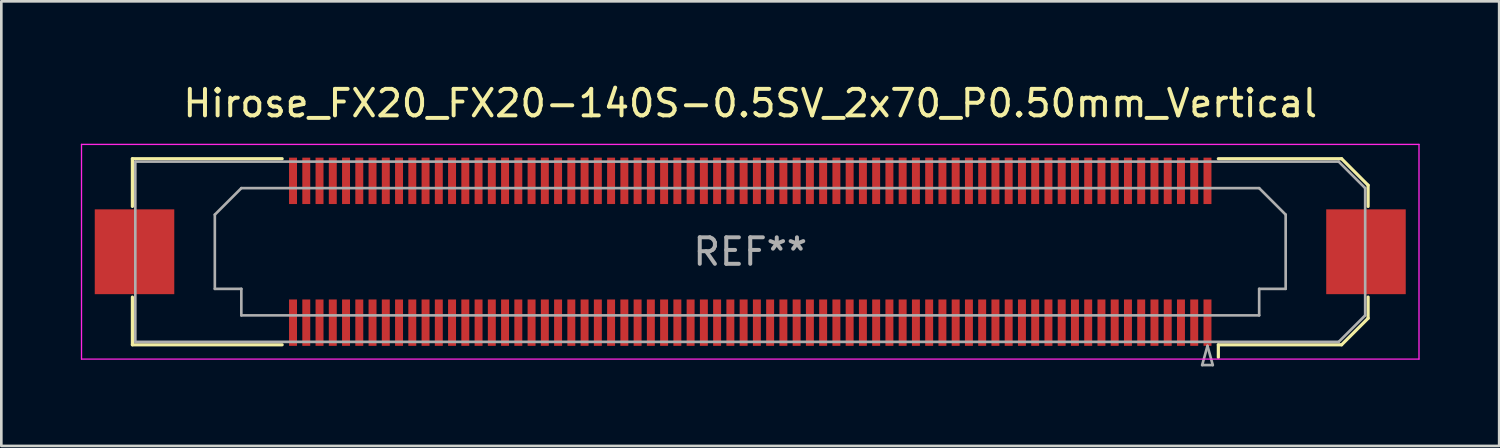
<source format=kicad_pcb>
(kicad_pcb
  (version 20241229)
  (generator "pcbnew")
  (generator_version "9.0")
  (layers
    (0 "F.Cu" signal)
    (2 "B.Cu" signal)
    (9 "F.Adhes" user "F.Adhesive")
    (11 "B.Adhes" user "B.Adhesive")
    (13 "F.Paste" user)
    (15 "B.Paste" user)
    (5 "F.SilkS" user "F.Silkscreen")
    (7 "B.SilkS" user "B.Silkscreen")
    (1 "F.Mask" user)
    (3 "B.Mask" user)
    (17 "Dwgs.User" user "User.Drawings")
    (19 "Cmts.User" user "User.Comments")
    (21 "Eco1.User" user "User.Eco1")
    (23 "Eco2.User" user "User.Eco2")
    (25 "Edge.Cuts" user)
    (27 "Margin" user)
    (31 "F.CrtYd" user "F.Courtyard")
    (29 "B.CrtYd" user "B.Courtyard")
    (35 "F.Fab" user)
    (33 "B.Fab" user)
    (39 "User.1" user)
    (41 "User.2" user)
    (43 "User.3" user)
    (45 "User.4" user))
  (footprint "Hirose_FX20_FX20-140S-0.5SV_2x70_P0.50mm_Vertical"
    (layer "F.Cu")
    (at 25.255 6.448)
    (property "Reference" "Hirose_FX20_FX20-140S-0.5SV_2x70_P0.50mm_Vertical" (at 0 -5.6 0) (layer "F.SilkS") (effects (font (size 1 1) (thickness 0.15))))
    (attr smd)
    (fp_line (start -23.31 -3.51) (end -17.66 -3.51) (stroke (width 0.12) (type solid)) (layer "F.SilkS"))
    (fp_line (start -23.31 -1.71) (end -23.31 -3.51) (stroke (width 0.12) (type solid)) (layer "F.SilkS"))
    (fp_line (start -23.31 3.51) (end -23.31 1.71) (stroke (width 0.12) (type solid)) (layer "F.SilkS"))
    (fp_line (start -17.66 3.51) (end -23.31 3.51) (stroke (width 0.12) (type solid)) (layer "F.SilkS"))
    (fp_line (start 17.66 3.51) (end 22.31 3.51) (stroke (width 0.12) (type solid)) (layer "F.SilkS"))
    (fp_line (start 17.66 3.983) (end 17.66 3.51) (stroke (width 0.12) (type solid)) (layer "F.SilkS"))
    (fp_line (start 22.31 -3.51) (end 17.66 -3.51) (stroke (width 0.12) (type solid)) (layer "F.SilkS"))
    (fp_line (start 22.31 3.51) (end 23.31 2.51) (stroke (width 0.12) (type solid)) (layer "F.SilkS"))
    (fp_line (start 23.31 -2.51) (end 22.31 -3.51) (stroke (width 0.12) (type solid)) (layer "F.SilkS"))
    (fp_line (start 23.31 -1.71) (end 23.31 -2.51) (stroke (width 0.12) (type solid)) (layer "F.SilkS"))
    (fp_line (start 23.31 2.51) (end 23.31 1.71) (stroke (width 0.12) (type solid)) (layer "F.SilkS"))
    (fp_line (start -25.23 -4.05) (end -25.23 4.05) (stroke (width 0.05) (type solid)) (layer "F.CrtYd"))
    (fp_line (start -25.23 4.05) (end 25.23 4.05) (stroke (width 0.05) (type solid)) (layer "F.CrtYd"))
    (fp_line (start 25.23 -4.05) (end -25.23 -4.05) (stroke (width 0.05) (type solid)) (layer "F.CrtYd"))
    (fp_line (start 25.23 4.05) (end 25.23 -4.05) (stroke (width 0.05) (type solid)) (layer "F.CrtYd"))
    (fp_line (start -23.2 -3.4) (end 22.2 -3.4) (stroke (width 0.1) (type solid)) (layer "F.Fab"))
    (fp_line (start -23.2 3.4) (end -23.2 -3.4) (stroke (width 0.1) (type solid)) (layer "F.Fab"))
    (fp_line (start -20.2 -1.4) (end -19.2 -2.4) (stroke (width 0.1) (type solid)) (layer "F.Fab"))
    (fp_line (start -20.2 1.4) (end -20.2 -1.4) (stroke (width 0.1) (type solid)) (layer "F.Fab"))
    (fp_line (start -19.2 -2.4) (end 19.2 -2.4) (stroke (width 0.1) (type solid)) (layer "F.Fab"))
    (fp_line (start -19.2 1.4) (end -20.2 1.4) (stroke (width 0.1) (type solid)) (layer "F.Fab"))
    (fp_line (start -19.2 2.4) (end -19.2 1.4) (stroke (width 0.1) (type solid)) (layer "F.Fab"))
    (fp_line (start 17.05 4.275) (end 17.45 4.275) (stroke (width 0.1) (type solid)) (layer "F.Fab"))
    (fp_line (start 17.25 3.55) (end 17.05 4.275) (stroke (width 0.1) (type solid)) (layer "F.Fab"))
    (fp_line (start 17.45 4.275) (end 17.25 3.55) (stroke (width 0.1) (type solid)) (layer "F.Fab"))
    (fp_line (start 19.2 -2.4) (end 20.2 -1.4) (stroke (width 0.1) (type solid)) (layer "F.Fab"))
    (fp_line (start 19.2 1.4) (end 19.2 2.4) (stroke (width 0.1) (type solid)) (layer "F.Fab"))
    (fp_line (start 19.2 2.4) (end -19.2 2.4) (stroke (width 0.1) (type solid)) (layer "F.Fab"))
    (fp_line (start 20.2 -1.4) (end 20.2 1.4) (stroke (width 0.1) (type solid)) (layer "F.Fab"))
    (fp_line (start 20.2 1.4) (end 19.2 1.4) (stroke (width 0.1) (type solid)) (layer "F.Fab"))
    (fp_line (start 22.2 -3.4) (end 23.2 -2.4) (stroke (width 0.1) (type solid)) (layer "F.Fab"))
    (fp_line (start 22.2 3.4) (end -23.2 3.4) (stroke (width 0.1) (type solid)) (layer "F.Fab"))
    (fp_line (start 23.2 -2.4) (end 23.2 2.4) (stroke (width 0.1) (type solid)) (layer "F.Fab"))
    (fp_line (start 23.2 2.4) (end 22.2 3.4) (stroke (width 0.1) (type solid)) (layer "F.Fab"))
    (fp_text user "REF**" (at 0 0 0) (layer "F.Fab") (effects (font (size 1 1) (thickness 0.15))))
    (pad "" smd rect (at -23.23 0) (size 2.98 3.18) (layers "F.Paste"))
    (pad "" smd rect (at -23.23 0) (size 3 3.2) (layers "F.Cu" "F.Mask"))
    (pad "" smd rect (at -17.25 -2.875) (size 0.28 1.35) (layers "F.Paste"))
    (pad "" smd rect (at -17.25 2.875) (size 0.28 1.35) (layers "F.Paste"))
    (pad "" smd rect (at -16.75 -2.875) (size 0.28 1.35) (layers "F.Paste"))
    (pad "" smd rect (at -16.75 2.875) (size 0.28 1.35) (layers "F.Paste"))
    (pad "" smd rect (at -16.25 -2.875) (size 0.28 1.35) (layers "F.Paste"))
    (pad "" smd rect (at -16.25 2.875) (size 0.28 1.35) (layers "F.Paste"))
    (pad "" smd rect (at -15.75 -2.875) (size 0.28 1.35) (layers "F.Paste"))
    (pad "" smd rect (at -15.75 2.875) (size 0.28 1.35) (layers "F.Paste"))
    (pad "" smd rect (at -15.25 -2.875) (size 0.28 1.35) (layers "F.Paste"))
    (pad "" smd rect (at -15.25 2.875) (size 0.28 1.35) (layers "F.Paste"))
    (pad "" smd rect (at -14.75 -2.875) (size 0.28 1.35) (layers "F.Paste"))
    (pad "" smd rect (at -14.75 2.875) (size 0.28 1.35) (layers "F.Paste"))
    (pad "" smd rect (at -14.25 -2.875) (size 0.28 1.35) (layers "F.Paste"))
    (pad "" smd rect (at -14.25 2.875) (size 0.28 1.35) (layers "F.Paste"))
    (pad "" smd rect (at -13.75 -2.875) (size 0.28 1.35) (layers "F.Paste"))
    (pad "" smd rect (at -13.75 2.875) (size 0.28 1.35) (layers "F.Paste"))
    (pad "" smd rect (at -13.25 -2.875) (size 0.28 1.35) (layers "F.Paste"))
    (pad "" smd rect (at -13.25 2.875) (size 0.28 1.35) (layers "F.Paste"))
    (pad "" smd rect (at -12.75 -2.875) (size 0.28 1.35) (layers "F.Paste"))
    (pad "" smd rect (at -12.75 2.875) (size 0.28 1.35) (layers "F.Paste"))
    (pad "" smd rect (at -12.25 -2.875) (size 0.28 1.35) (layers "F.Paste"))
    (pad "" smd rect (at -12.25 2.875) (size 0.28 1.35) (layers "F.Paste"))
    (pad "" smd rect (at -11.75 -2.875) (size 0.28 1.35) (layers "F.Paste"))
    (pad "" smd rect (at -11.75 2.875) (size 0.28 1.35) (layers "F.Paste"))
    (pad "" smd rect (at -11.25 -2.875) (size 0.28 1.35) (layers "F.Paste"))
    (pad "" smd rect (at -11.25 2.875) (size 0.28 1.35) (layers "F.Paste"))
    (pad "" smd rect (at -10.75 -2.875) (size 0.28 1.35) (layers "F.Paste"))
    (pad "" smd rect (at -10.75 2.875) (size 0.28 1.35) (layers "F.Paste"))
    (pad "" smd rect (at -10.25 -2.875) (size 0.28 1.35) (layers "F.Paste"))
    (pad "" smd rect (at -10.25 2.875) (size 0.28 1.35) (layers "F.Paste"))
    (pad "" smd rect (at -9.75 -2.875) (size 0.28 1.35) (layers "F.Paste"))
    (pad "" smd rect (at -9.75 2.875) (size 0.28 1.35) (layers "F.Paste"))
    (pad "" smd rect (at -9.25 -2.875) (size 0.28 1.35) (layers "F.Paste"))
    (pad "" smd rect (at -9.25 2.875) (size 0.28 1.35) (layers "F.Paste"))
    (pad "" smd rect (at -8.75 -2.875) (size 0.28 1.35) (layers "F.Paste"))
    (pad "" smd rect (at -8.75 2.875) (size 0.28 1.35) (layers "F.Paste"))
    (pad "" smd rect (at -8.25 -2.875) (size 0.28 1.35) (layers "F.Paste"))
    (pad "" smd rect (at -8.25 2.875) (size 0.28 1.35) (layers "F.Paste"))
    (pad "" smd rect (at -7.75 -2.875) (size 0.28 1.35) (layers "F.Paste"))
    (pad "" smd rect (at -7.75 2.875) (size 0.28 1.35) (layers "F.Paste"))
    (pad "" smd rect (at -7.25 -2.875) (size 0.28 1.35) (layers "F.Paste"))
    (pad "" smd rect (at -7.25 2.875) (size 0.28 1.35) (layers "F.Paste"))
    (pad "" smd rect (at -6.75 -2.875) (size 0.28 1.35) (layers "F.Paste"))
    (pad "" smd rect (at -6.75 2.875) (size 0.28 1.35) (layers "F.Paste"))
    (pad "" smd rect (at -6.25 -2.875) (size 0.28 1.35) (layers "F.Paste"))
    (pad "" smd rect (at -6.25 2.875) (size 0.28 1.35) (layers "F.Paste"))
    (pad "" smd rect (at -5.75 -2.875) (size 0.28 1.35) (layers "F.Paste"))
    (pad "" smd rect (at -5.75 2.875) (size 0.28 1.35) (layers "F.Paste"))
    (pad "" smd rect (at -5.25 -2.875) (size 0.28 1.35) (layers "F.Paste"))
    (pad "" smd rect (at -5.25 2.875) (size 0.28 1.35) (layers "F.Paste"))
    (pad "" smd rect (at -4.75 -2.875) (size 0.28 1.35) (layers "F.Paste"))
    (pad "" smd rect (at -4.75 2.875) (size 0.28 1.35) (layers "F.Paste"))
    (pad "" smd rect (at -4.25 -2.875) (size 0.28 1.35) (layers "F.Paste"))
    (pad "" smd rect (at -4.25 2.875) (size 0.28 1.35) (layers "F.Paste"))
    (pad "" smd rect (at -3.75 -2.875) (size 0.28 1.35) (layers "F.Paste"))
    (pad "" smd rect (at -3.75 2.875) (size 0.28 1.35) (layers "F.Paste"))
    (pad "" smd rect (at -3.25 -2.875) (size 0.28 1.35) (layers "F.Paste"))
    (pad "" smd rect (at -3.25 2.875) (size 0.28 1.35) (layers "F.Paste"))
    (pad "" smd rect (at -2.75 -2.875) (size 0.28 1.35) (layers "F.Paste"))
    (pad "" smd rect (at -2.75 2.875) (size 0.28 1.35) (layers "F.Paste"))
    (pad "" smd rect (at -2.25 -2.875) (size 0.28 1.35) (layers "F.Paste"))
    (pad "" smd rect (at -2.25 2.875) (size 0.28 1.35) (layers "F.Paste"))
    (pad "" smd rect (at -1.75 -2.875) (size 0.28 1.35) (layers "F.Paste"))
    (pad "" smd rect (at -1.75 2.875) (size 0.28 1.35) (layers "F.Paste"))
    (pad "" smd rect (at -1.25 -2.875) (size 0.28 1.35) (layers "F.Paste"))
    (pad "" smd rect (at -1.25 2.875) (size 0.28 1.35) (layers "F.Paste"))
    (pad "" smd rect (at -0.75 -2.875) (size 0.28 1.35) (layers "F.Paste"))
    (pad "" smd rect (at -0.75 2.875) (size 0.28 1.35) (layers "F.Paste"))
    (pad "" smd rect (at -0.25 -2.875) (size 0.28 1.35) (layers "F.Paste"))
    (pad "" smd rect (at -0.25 2.875) (size 0.28 1.35) (layers "F.Paste"))
    (pad "" smd rect (at 0.25 -2.875) (size 0.28 1.35) (layers "F.Paste"))
    (pad "" smd rect (at 0.25 2.875) (size 0.28 1.35) (layers "F.Paste"))
    (pad "" smd rect (at 0.75 -2.875) (size 0.28 1.35) (layers "F.Paste"))
    (pad "" smd rect (at 0.75 2.875) (size 0.28 1.35) (layers "F.Paste"))
    (pad "" smd rect (at 1.25 -2.875) (size 0.28 1.35) (layers "F.Paste"))
    (pad "" smd rect (at 1.25 2.875) (size 0.28 1.35) (layers "F.Paste"))
    (pad "" smd rect (at 1.75 -2.875) (size 0.28 1.35) (layers "F.Paste"))
    (pad "" smd rect (at 1.75 2.875) (size 0.28 1.35) (layers "F.Paste"))
    (pad "" smd rect (at 2.25 -2.875) (size 0.28 1.35) (layers "F.Paste"))
    (pad "" smd rect (at 2.25 2.875) (size 0.28 1.35) (layers "F.Paste"))
    (pad "" smd rect (at 2.75 -2.875) (size 0.28 1.35) (layers "F.Paste"))
    (pad "" smd rect (at 2.75 2.875) (size 0.28 1.35) (layers "F.Paste"))
    (pad "" smd rect (at 3.25 -2.875) (size 0.28 1.35) (layers "F.Paste"))
    (pad "" smd rect (at 3.25 2.875) (size 0.28 1.35) (layers "F.Paste"))
    (pad "" smd rect (at 3.75 -2.875) (size 0.28 1.35) (layers "F.Paste"))
    (pad "" smd rect (at 3.75 2.875) (size 0.28 1.35) (layers "F.Paste"))
    (pad "" smd rect (at 4.25 -2.875) (size 0.28 1.35) (layers "F.Paste"))
    (pad "" smd rect (at 4.25 2.875) (size 0.28 1.35) (layers "F.Paste"))
    (pad "" smd rect (at 4.75 -2.875) (size 0.28 1.35) (layers "F.Paste"))
    (pad "" smd rect (at 4.75 2.875) (size 0.28 1.35) (layers "F.Paste"))
    (pad "" smd rect (at 5.25 -2.875) (size 0.28 1.35) (layers "F.Paste"))
    (pad "" smd rect (at 5.25 2.875) (size 0.28 1.35) (layers "F.Paste"))
    (pad "" smd rect (at 5.75 -2.875) (size 0.28 1.35) (layers "F.Paste"))
    (pad "" smd rect (at 5.75 2.875) (size 0.28 1.35) (layers "F.Paste"))
    (pad "" smd rect (at 6.25 -2.875) (size 0.28 1.35) (layers "F.Paste"))
    (pad "" smd rect (at 6.25 2.875) (size 0.28 1.35) (layers "F.Paste"))
    (pad "" smd rect (at 6.75 -2.875) (size 0.28 1.35) (layers "F.Paste"))
    (pad "" smd rect (at 6.75 2.875) (size 0.28 1.35) (layers "F.Paste"))
    (pad "" smd rect (at 7.25 -2.875) (size 0.28 1.35) (layers "F.Paste"))
    (pad "" smd rect (at 7.25 2.875) (size 0.28 1.35) (layers "F.Paste"))
    (pad "" smd rect (at 7.75 -2.875) (size 0.28 1.35) (layers "F.Paste"))
    (pad "" smd rect (at 7.75 2.875) (size 0.28 1.35) (layers "F.Paste"))
    (pad "" smd rect (at 8.25 -2.875) (size 0.28 1.35) (layers "F.Paste"))
    (pad "" smd rect (at 8.25 2.875) (size 0.28 1.35) (layers "F.Paste"))
    (pad "" smd rect (at 8.75 -2.875) (size 0.28 1.35) (layers "F.Paste"))
    (pad "" smd rect (at 8.75 2.875) (size 0.28 1.35) (layers "F.Paste"))
    (pad "" smd rect (at 9.25 -2.875) (size 0.28 1.35) (layers "F.Paste"))
    (pad "" smd rect (at 9.25 2.875) (size 0.28 1.35) (layers "F.Paste"))
    (pad "" smd rect (at 9.75 -2.875) (size 0.28 1.35) (layers "F.Paste"))
    (pad "" smd rect (at 9.75 2.875) (size 0.28 1.35) (layers "F.Paste"))
    (pad "" smd rect (at 10.25 -2.875) (size 0.28 1.35) (layers "F.Paste"))
    (pad "" smd rect (at 10.25 2.875) (size 0.28 1.35) (layers "F.Paste"))
    (pad "" smd rect (at 10.75 -2.875) (size 0.28 1.35) (layers "F.Paste"))
    (pad "" smd rect (at 10.75 2.875) (size 0.28 1.35) (layers "F.Paste"))
    (pad "" smd rect (at 11.25 -2.875) (size 0.28 1.35) (layers "F.Paste"))
    (pad "" smd rect (at 11.25 2.875) (size 0.28 1.35) (layers "F.Paste"))
    (pad "" smd rect (at 11.75 -2.875) (size 0.28 1.35) (layers "F.Paste"))
    (pad "" smd rect (at 11.75 2.875) (size 0.28 1.35) (layers "F.Paste"))
    (pad "" smd rect (at 12.25 -2.875) (size 0.28 1.35) (layers "F.Paste"))
    (pad "" smd rect (at 12.25 2.875) (size 0.28 1.35) (layers "F.Paste"))
    (pad "" smd rect (at 12.75 -2.875) (size 0.28 1.35) (layers "F.Paste"))
    (pad "" smd rect (at 12.75 2.875) (size 0.28 1.35) (layers "F.Paste"))
    (pad "" smd rect (at 13.25 -2.875) (size 0.28 1.35) (layers "F.Paste"))
    (pad "" smd rect (at 13.25 2.875) (size 0.28 1.35) (layers "F.Paste"))
    (pad "" smd rect (at 13.75 -2.875) (size 0.28 1.35) (layers "F.Paste"))
    (pad "" smd rect (at 13.75 2.875) (size 0.28 1.35) (layers "F.Paste"))
    (pad "" smd rect (at 14.25 -2.875) (size 0.28 1.35) (layers "F.Paste"))
    (pad "" smd rect (at 14.25 2.875) (size 0.28 1.35) (layers "F.Paste"))
    (pad "" smd rect (at 14.75 -2.875) (size 0.28 1.35) (layers "F.Paste"))
    (pad "" smd rect (at 14.75 2.875) (size 0.28 1.35) (layers "F.Paste"))
    (pad "" smd rect (at 15.25 -2.875) (size 0.28 1.35) (layers "F.Paste"))
    (pad "" smd rect (at 15.25 2.875) (size 0.28 1.35) (layers "F.Paste"))
    (pad "" smd rect (at 15.75 -2.875) (size 0.28 1.35) (layers "F.Paste"))
    (pad "" smd rect (at 15.75 2.875) (size 0.28 1.35) (layers "F.Paste"))
    (pad "" smd rect (at 16.25 -2.875) (size 0.28 1.35) (layers "F.Paste"))
    (pad "" smd rect (at 16.25 2.875) (size 0.28 1.35) (layers "F.Paste"))
    (pad "" smd rect (at 16.75 -2.875) (size 0.28 1.35) (layers "F.Paste"))
    (pad "" smd rect (at 16.75 2.875) (size 0.28 1.35) (layers "F.Paste"))
    (pad "" smd rect (at 17.25 -2.875) (size 0.28 1.35) (layers "F.Paste"))
    (pad "" smd rect (at 17.25 2.875) (size 0.28 1.35) (layers "F.Paste"))
    (pad "" smd rect (at 23.23 0) (size 2.98 3.18) (layers "F.Paste"))
    (pad "" smd rect (at 23.23 0) (size 3 3.2) (layers "F.Cu" "F.Mask"))
    (pad "1" smd rect (at 17.25 2.675) (size 0.3 1.75) (layers "F.Cu" "F.Mask"))
    (pad "2" smd rect (at 17.25 -2.675) (size 0.3 1.75) (layers "F.Cu" "F.Mask"))
    (pad "3" smd rect (at 16.75 2.675) (size 0.3 1.75) (layers "F.Cu" "F.Mask"))
    (pad "4" smd rect (at 16.75 -2.675) (size 0.3 1.75) (layers "F.Cu" "F.Mask"))
    (pad "5" smd rect (at 16.25 2.675) (size 0.3 1.75) (layers "F.Cu" "F.Mask"))
    (pad "6" smd rect (at 16.25 -2.675) (size 0.3 1.75) (layers "F.Cu" "F.Mask"))
    (pad "7" smd rect (at 15.75 2.675) (size 0.3 1.75) (layers "F.Cu" "F.Mask"))
    (pad "8" smd rect (at 15.75 -2.675) (size 0.3 1.75) (layers "F.Cu" "F.Mask"))
    (pad "9" smd rect (at 15.25 2.675) (size 0.3 1.75) (layers "F.Cu" "F.Mask"))
    (pad "10" smd rect (at 15.25 -2.675) (size 0.3 1.75) (layers "F.Cu" "F.Mask"))
    (pad "11" smd rect (at 14.75 2.675) (size 0.3 1.75) (layers "F.Cu" "F.Mask"))
    (pad "12" smd rect (at 14.75 -2.675) (size 0.3 1.75) (layers "F.Cu" "F.Mask"))
    (pad "13" smd rect (at 14.25 2.675) (size 0.3 1.75) (layers "F.Cu" "F.Mask"))
    (pad "14" smd rect (at 14.25 -2.675) (size 0.3 1.75) (layers "F.Cu" "F.Mask"))
    (pad "15" smd rect (at 13.75 2.675) (size 0.3 1.75) (layers "F.Cu" "F.Mask"))
    (pad "16" smd rect (at 13.75 -2.675) (size 0.3 1.75) (layers "F.Cu" "F.Mask"))
    (pad "17" smd rect (at 13.25 2.675) (size 0.3 1.75) (layers "F.Cu" "F.Mask"))
    (pad "18" smd rect (at 13.25 -2.675) (size 0.3 1.75) (layers "F.Cu" "F.Mask"))
    (pad "19" smd rect (at 12.75 2.675) (size 0.3 1.75) (layers "F.Cu" "F.Mask"))
    (pad "20" smd rect (at 12.75 -2.675) (size 0.3 1.75) (layers "F.Cu" "F.Mask"))
    (pad "21" smd rect (at 12.25 2.675) (size 0.3 1.75) (layers "F.Cu" "F.Mask"))
    (pad "22" smd rect (at 12.25 -2.675) (size 0.3 1.75) (layers "F.Cu" "F.Mask"))
    (pad "23" smd rect (at 11.75 2.675) (size 0.3 1.75) (layers "F.Cu" "F.Mask"))
    (pad "24" smd rect (at 11.75 -2.675) (size 0.3 1.75) (layers "F.Cu" "F.Mask"))
    (pad "25" smd rect (at 11.25 2.675) (size 0.3 1.75) (layers "F.Cu" "F.Mask"))
    (pad "26" smd rect (at 11.25 -2.675) (size 0.3 1.75) (layers "F.Cu" "F.Mask"))
    (pad "27" smd rect (at 10.75 2.675) (size 0.3 1.75) (layers "F.Cu" "F.Mask"))
    (pad "28" smd rect (at 10.75 -2.675) (size 0.3 1.75) (layers "F.Cu" "F.Mask"))
    (pad "29" smd rect (at 10.25 2.675) (size 0.3 1.75) (layers "F.Cu" "F.Mask"))
    (pad "30" smd rect (at 10.25 -2.675) (size 0.3 1.75) (layers "F.Cu" "F.Mask"))
    (pad "31" smd rect (at 9.75 2.675) (size 0.3 1.75) (layers "F.Cu" "F.Mask"))
    (pad "32" smd rect (at 9.75 -2.675) (size 0.3 1.75) (layers "F.Cu" "F.Mask"))
    (pad "33" smd rect (at 9.25 2.675) (size 0.3 1.75) (layers "F.Cu" "F.Mask"))
    (pad "34" smd rect (at 9.25 -2.675) (size 0.3 1.75) (layers "F.Cu" "F.Mask"))
    (pad "35" smd rect (at 8.75 2.675) (size 0.3 1.75) (layers "F.Cu" "F.Mask"))
    (pad "36" smd rect (at 8.75 -2.675) (size 0.3 1.75) (layers "F.Cu" "F.Mask"))
    (pad "37" smd rect (at 8.25 2.675) (size 0.3 1.75) (layers "F.Cu" "F.Mask"))
    (pad "38" smd rect (at 8.25 -2.675) (size 0.3 1.75) (layers "F.Cu" "F.Mask"))
    (pad "39" smd rect (at 7.75 2.675) (size 0.3 1.75) (layers "F.Cu" "F.Mask"))
    (pad "40" smd rect (at 7.75 -2.675) (size 0.3 1.75) (layers "F.Cu" "F.Mask"))
    (pad "41" smd rect (at 7.25 2.675) (size 0.3 1.75) (layers "F.Cu" "F.Mask"))
    (pad "42" smd rect (at 7.25 -2.675) (size 0.3 1.75) (layers "F.Cu" "F.Mask"))
    (pad "43" smd rect (at 6.75 2.675) (size 0.3 1.75) (layers "F.Cu" "F.Mask"))
    (pad "44" smd rect (at 6.75 -2.675) (size 0.3 1.75) (layers "F.Cu" "F.Mask"))
    (pad "45" smd rect (at 6.25 2.675) (size 0.3 1.75) (layers "F.Cu" "F.Mask"))
    (pad "46" smd rect (at 6.25 -2.675) (size 0.3 1.75) (layers "F.Cu" "F.Mask"))
    (pad "47" smd rect (at 5.75 2.675) (size 0.3 1.75) (layers "F.Cu" "F.Mask"))
    (pad "48" smd rect (at 5.75 -2.675) (size 0.3 1.75) (layers "F.Cu" "F.Mask"))
    (pad "49" smd rect (at 5.25 2.675) (size 0.3 1.75) (layers "F.Cu" "F.Mask"))
    (pad "50" smd rect (at 5.25 -2.675) (size 0.3 1.75) (layers "F.Cu" "F.Mask"))
    (pad "51" smd rect (at 4.75 2.675) (size 0.3 1.75) (layers "F.Cu" "F.Mask"))
    (pad "52" smd rect (at 4.75 -2.675) (size 0.3 1.75) (layers "F.Cu" "F.Mask"))
    (pad "53" smd rect (at 4.25 2.675) (size 0.3 1.75) (layers "F.Cu" "F.Mask"))
    (pad "54" smd rect (at 4.25 -2.675) (size 0.3 1.75) (layers "F.Cu" "F.Mask"))
    (pad "55" smd rect (at 3.75 2.675) (size 0.3 1.75) (layers "F.Cu" "F.Mask"))
    (pad "56" smd rect (at 3.75 -2.675) (size 0.3 1.75) (layers "F.Cu" "F.Mask"))
    (pad "57" smd rect (at 3.25 2.675) (size 0.3 1.75) (layers "F.Cu" "F.Mask"))
    (pad "58" smd rect (at 3.25 -2.675) (size 0.3 1.75) (layers "F.Cu" "F.Mask"))
    (pad "59" smd rect (at 2.75 2.675) (size 0.3 1.75) (layers "F.Cu" "F.Mask"))
    (pad "60" smd rect (at 2.75 -2.675) (size 0.3 1.75) (layers "F.Cu" "F.Mask"))
    (pad "61" smd rect (at 2.25 2.675) (size 0.3 1.75) (layers "F.Cu" "F.Mask"))
    (pad "62" smd rect (at 2.25 -2.675) (size 0.3 1.75) (layers "F.Cu" "F.Mask"))
    (pad "63" smd rect (at 1.75 2.675) (size 0.3 1.75) (layers "F.Cu" "F.Mask"))
    (pad "64" smd rect (at 1.75 -2.675) (size 0.3 1.75) (layers "F.Cu" "F.Mask"))
    (pad "65" smd rect (at 1.25 2.675) (size 0.3 1.75) (layers "F.Cu" "F.Mask"))
    (pad "66" smd rect (at 1.25 -2.675) (size 0.3 1.75) (layers "F.Cu" "F.Mask"))
    (pad "67" smd rect (at 0.75 2.675) (size 0.3 1.75) (layers "F.Cu" "F.Mask"))
    (pad "68" smd rect (at 0.75 -2.675) (size 0.3 1.75) (layers "F.Cu" "F.Mask"))
    (pad "69" smd rect (at 0.25 2.675) (size 0.3 1.75) (layers "F.Cu" "F.Mask"))
    (pad "70" smd rect (at 0.25 -2.675) (size 0.3 1.75) (layers "F.Cu" "F.Mask"))
    (pad "71" smd rect (at -0.25 2.675) (size 0.3 1.75) (layers "F.Cu" "F.Mask"))
    (pad "72" smd rect (at -0.25 -2.675) (size 0.3 1.75) (layers "F.Cu" "F.Mask"))
    (pad "73" smd rect (at -0.75 2.675) (size 0.3 1.75) (layers "F.Cu" "F.Mask"))
    (pad "74" smd rect (at -0.75 -2.675) (size 0.3 1.75) (layers "F.Cu" "F.Mask"))
    (pad "75" smd rect (at -1.25 2.675) (size 0.3 1.75) (layers "F.Cu" "F.Mask"))
    (pad "76" smd rect (at -1.25 -2.675) (size 0.3 1.75) (layers "F.Cu" "F.Mask"))
    (pad "77" smd rect (at -1.75 2.675) (size 0.3 1.75) (layers "F.Cu" "F.Mask"))
    (pad "78" smd rect (at -1.75 -2.675) (size 0.3 1.75) (layers "F.Cu" "F.Mask"))
    (pad "79" smd rect (at -2.25 2.675) (size 0.3 1.75) (layers "F.Cu" "F.Mask"))
    (pad "80" smd rect (at -2.25 -2.675) (size 0.3 1.75) (layers "F.Cu" "F.Mask"))
    (pad "81" smd rect (at -2.75 2.675) (size 0.3 1.75) (layers "F.Cu" "F.Mask"))
    (pad "82" smd rect (at -2.75 -2.675) (size 0.3 1.75) (layers "F.Cu" "F.Mask"))
    (pad "83" smd rect (at -3.25 2.675) (size 0.3 1.75) (layers "F.Cu" "F.Mask"))
    (pad "84" smd rect (at -3.25 -2.675) (size 0.3 1.75) (layers "F.Cu" "F.Mask"))
    (pad "85" smd rect (at -3.75 2.675) (size 0.3 1.75) (layers "F.Cu" "F.Mask"))
    (pad "86" smd rect (at -3.75 -2.675) (size 0.3 1.75) (layers "F.Cu" "F.Mask"))
    (pad "87" smd rect (at -4.25 2.675) (size 0.3 1.75) (layers "F.Cu" "F.Mask"))
    (pad "88" smd rect (at -4.25 -2.675) (size 0.3 1.75) (layers "F.Cu" "F.Mask"))
    (pad "89" smd rect (at -4.75 2.675) (size 0.3 1.75) (layers "F.Cu" "F.Mask"))
    (pad "90" smd rect (at -4.75 -2.675) (size 0.3 1.75) (layers "F.Cu" "F.Mask"))
    (pad "91" smd rect (at -5.25 2.675) (size 0.3 1.75) (layers "F.Cu" "F.Mask"))
    (pad "92" smd rect (at -5.25 -2.675) (size 0.3 1.75) (layers "F.Cu" "F.Mask"))
    (pad "93" smd rect (at -5.75 2.675) (size 0.3 1.75) (layers "F.Cu" "F.Mask"))
    (pad "94" smd rect (at -5.75 -2.675) (size 0.3 1.75) (layers "F.Cu" "F.Mask"))
    (pad "95" smd rect (at -6.25 2.675) (size 0.3 1.75) (layers "F.Cu" "F.Mask"))
    (pad "96" smd rect (at -6.25 -2.675) (size 0.3 1.75) (layers "F.Cu" "F.Mask"))
    (pad "97" smd rect (at -6.75 2.675) (size 0.3 1.75) (layers "F.Cu" "F.Mask"))
    (pad "98" smd rect (at -6.75 -2.675) (size 0.3 1.75) (layers "F.Cu" "F.Mask"))
    (pad "99" smd rect (at -7.25 2.675) (size 0.3 1.75) (layers "F.Cu" "F.Mask"))
    (pad "100" smd rect (at -7.25 -2.675) (size 0.3 1.75) (layers "F.Cu" "F.Mask"))
    (pad "101" smd rect (at -7.75 2.675) (size 0.3 1.75) (layers "F.Cu" "F.Mask"))
    (pad "102" smd rect (at -7.75 -2.675) (size 0.3 1.75) (layers "F.Cu" "F.Mask"))
    (pad "103" smd rect (at -8.25 2.675) (size 0.3 1.75) (layers "F.Cu" "F.Mask"))
    (pad "104" smd rect (at -8.25 -2.675) (size 0.3 1.75) (layers "F.Cu" "F.Mask"))
    (pad "105" smd rect (at -8.75 2.675) (size 0.3 1.75) (layers "F.Cu" "F.Mask"))
    (pad "106" smd rect (at -8.75 -2.675) (size 0.3 1.75) (layers "F.Cu" "F.Mask"))
    (pad "107" smd rect (at -9.25 2.675) (size 0.3 1.75) (layers "F.Cu" "F.Mask"))
    (pad "108" smd rect (at -9.25 -2.675) (size 0.3 1.75) (layers "F.Cu" "F.Mask"))
    (pad "109" smd rect (at -9.75 2.675) (size 0.3 1.75) (layers "F.Cu" "F.Mask"))
    (pad "110" smd rect (at -9.75 -2.675) (size 0.3 1.75) (layers "F.Cu" "F.Mask"))
    (pad "111" smd rect (at -10.25 2.675) (size 0.3 1.75) (layers "F.Cu" "F.Mask"))
    (pad "112" smd rect (at -10.25 -2.675) (size 0.3 1.75) (layers "F.Cu" "F.Mask"))
    (pad "113" smd rect (at -10.75 2.675) (size 0.3 1.75) (layers "F.Cu" "F.Mask"))
    (pad "114" smd rect (at -10.75 -2.675) (size 0.3 1.75) (layers "F.Cu" "F.Mask"))
    (pad "115" smd rect (at -11.25 2.675) (size 0.3 1.75) (layers "F.Cu" "F.Mask"))
    (pad "116" smd rect (at -11.25 -2.675) (size 0.3 1.75) (layers "F.Cu" "F.Mask"))
    (pad "117" smd rect (at -11.75 2.675) (size 0.3 1.75) (layers "F.Cu" "F.Mask"))
    (pad "118" smd rect (at -11.75 -2.675) (size 0.3 1.75) (layers "F.Cu" "F.Mask"))
    (pad "119" smd rect (at -12.25 2.675) (size 0.3 1.75) (layers "F.Cu" "F.Mask"))
    (pad "120" smd rect (at -12.25 -2.675) (size 0.3 1.75) (layers "F.Cu" "F.Mask"))
    (pad "121" smd rect (at -12.75 2.675) (size 0.3 1.75) (layers "F.Cu" "F.Mask"))
    (pad "122" smd rect (at -12.75 -2.675) (size 0.3 1.75) (layers "F.Cu" "F.Mask"))
    (pad "123" smd rect (at -13.25 2.675) (size 0.3 1.75) (layers "F.Cu" "F.Mask"))
    (pad "124" smd rect (at -13.25 -2.675) (size 0.3 1.75) (layers "F.Cu" "F.Mask"))
    (pad "125" smd rect (at -13.75 2.675) (size 0.3 1.75) (layers "F.Cu" "F.Mask"))
    (pad "126" smd rect (at -13.75 -2.675) (size 0.3 1.75) (layers "F.Cu" "F.Mask"))
    (pad "127" smd rect (at -14.25 2.675) (size 0.3 1.75) (layers "F.Cu" "F.Mask"))
    (pad "128" smd rect (at -14.25 -2.675) (size 0.3 1.75) (layers "F.Cu" "F.Mask"))
    (pad "129" smd rect (at -14.75 2.675) (size 0.3 1.75) (layers "F.Cu" "F.Mask"))
    (pad "130" smd rect (at -14.75 -2.675) (size 0.3 1.75) (layers "F.Cu" "F.Mask"))
    (pad "131" smd rect (at -15.25 2.675) (size 0.3 1.75) (layers "F.Cu" "F.Mask"))
    (pad "132" smd rect (at -15.25 -2.675) (size 0.3 1.75) (layers "F.Cu" "F.Mask"))
    (pad "133" smd rect (at -15.75 2.675) (size 0.3 1.75) (layers "F.Cu" "F.Mask"))
    (pad "134" smd rect (at -15.75 -2.675) (size 0.3 1.75) (layers "F.Cu" "F.Mask"))
    (pad "135" smd rect (at -16.25 2.675) (size 0.3 1.75) (layers "F.Cu" "F.Mask"))
    (pad "136" smd rect (at -16.25 -2.675) (size 0.3 1.75) (layers "F.Cu" "F.Mask"))
    (pad "137" smd rect (at -16.75 2.675) (size 0.3 1.75) (layers "F.Cu" "F.Mask"))
    (pad "138" smd rect (at -16.75 -2.675) (size 0.3 1.75) (layers "F.Cu" "F.Mask"))
    (pad "139" smd rect (at -17.25 2.675) (size 0.3 1.75) (layers "F.Cu" "F.Mask"))
    (pad "140" smd rect (at -17.25 -2.675) (size 0.3 1.75) (layers "F.Cu" "F.Mask")))
  (gr_rect
    (start -3 -3)
    (end 53.51 13.773)
    (stroke (width 0.1) (type default))
    (fill no)
    (layer "Edge.Cuts")))
</source>
